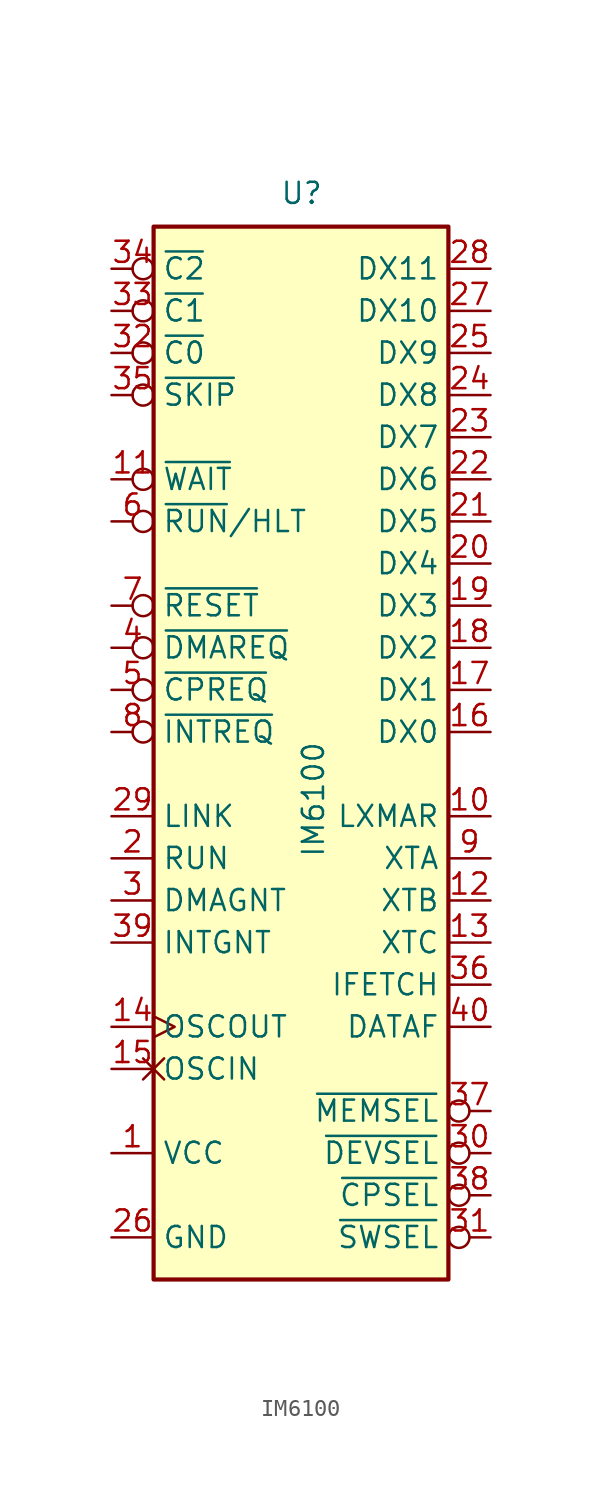
<source format=kicad_sym>
(kicad_symbol_lib
  (version 20220914)
  (generator kicad_symbol_editor)
  (symbol "IM6100"
    (property "Reference" "U"
      (at -1.27 31.75 0)
      (effects (font (size 1.27 1.27)) (justify left bottom)))
    (property "Value" "IM6100"
      (at 0 -7.62 90)
      (effects (font (size 1.27 1.27)) (justify left top)))
    (symbol "IM6100_0_1"
      (rectangle (start -8.89 30.48) (end 8.89 -33.02) (stroke (width 0.254) (type default)) (fill (type background))))
    (symbol "IM6100_1_1"
      (pin power_in line (at -11.43 -25.4 0) (length 2.54) (name "VCC" (effects (font (size 1.27 1.27)))) (number "1" (effects (font (size 1.27 1.27)))))
      (pin output line (at 11.43 -5.08 180) (length 2.54) (name "LXMAR" (effects (font (size 1.27 1.27)))) (number "10" (effects (font (size 1.27 1.27)))))
      (pin input inverted (at -11.43 15.24 0) (length 2.54) (name "~{WAIT}" (effects (font (size 1.27 1.27)))) (number "11" (effects (font (size 1.27 1.27)))))
      (pin output line (at 11.43 -10.16 180) (length 2.54) (name "XTB" (effects (font (size 1.27 1.27)))) (number "12" (effects (font (size 1.27 1.27)))))
      (pin output line (at 11.43 -12.7 180) (length 2.54) (name "XTC" (effects (font (size 1.27 1.27)))) (number "13" (effects (font (size 1.27 1.27)))))
      (pin input clock (at -11.43 -17.78 0) (length 2.54) (name "OSCOUT" (effects (font (size 1.27 1.27)))) (number "14" (effects (font (size 1.27 1.27)))))
      (pin passive non_logic (at -11.43 -20.32 0) (length 2.54) (name "OSCIN" (effects (font (size 1.27 1.27)))) (number "15" (effects (font (size 1.27 1.27)))))
      (pin bidirectional line (at 11.43 0 180) (length 2.54) (name "DX0" (effects (font (size 1.27 1.27)))) (number "16" (effects (font (size 1.27 1.27)))))
      (pin bidirectional line (at 11.43 2.54 180) (length 2.54) (name "DX1" (effects (font (size 1.27 1.27)))) (number "17" (effects (font (size 1.27 1.27)))))
      (pin bidirectional line (at 11.43 5.08 180) (length 2.54) (name "DX2" (effects (font (size 1.27 1.27)))) (number "18" (effects (font (size 1.27 1.27)))))
      (pin bidirectional line (at 11.43 7.62 180) (length 2.54) (name "DX3" (effects (font (size 1.27 1.27)))) (number "19" (effects (font (size 1.27 1.27)))))
      (pin output line (at -11.43 -7.62 0) (length 2.54) (name "RUN" (effects (font (size 1.27 1.27)))) (number "2" (effects (font (size 1.27 1.27)))))
      (pin bidirectional line (at 11.43 10.16 180) (length 2.54) (name "DX4" (effects (font (size 1.27 1.27)))) (number "20" (effects (font (size 1.27 1.27)))))
      (pin bidirectional line (at 11.43 12.7 180) (length 2.54) (name "DX5" (effects (font (size 1.27 1.27)))) (number "21" (effects (font (size 1.27 1.27)))))
      (pin bidirectional line (at 11.43 15.24 180) (length 2.54) (name "DX6" (effects (font (size 1.27 1.27)))) (number "22" (effects (font (size 1.27 1.27)))))
      (pin bidirectional line (at 11.43 17.78 180) (length 2.54) (name "DX7" (effects (font (size 1.27 1.27)))) (number "23" (effects (font (size 1.27 1.27)))))
      (pin bidirectional line (at 11.43 20.32 180) (length 2.54) (name "DX8" (effects (font (size 1.27 1.27)))) (number "24" (effects (font (size 1.27 1.27)))))
      (pin bidirectional line (at 11.43 22.86 180) (length 2.54) (name "DX9" (effects (font (size 1.27 1.27)))) (number "25" (effects (font (size 1.27 1.27)))))
      (pin power_in line (at -11.43 -30.48 0) (length 2.54) (name "GND" (effects (font (size 1.27 1.27)))) (number "26" (effects (font (size 1.27 1.27)))))
      (pin bidirectional line (at 11.43 25.4 180) (length 2.54) (name "DX10" (effects (font (size 1.27 1.27)))) (number "27" (effects (font (size 1.27 1.27)))))
      (pin bidirectional line (at 11.43 27.94 180) (length 2.54) (name "DX11" (effects (font (size 1.27 1.27)))) (number "28" (effects (font (size 1.27 1.27)))))
      (pin output line (at -11.43 -5.08 0) (length 2.54) (name "LINK" (effects (font (size 1.27 1.27)))) (number "29" (effects (font (size 1.27 1.27)))))
      (pin output line (at -11.43 -10.16 0) (length 2.54) (name "DMAGNT" (effects (font (size 1.27 1.27)))) (number "3" (effects (font (size 1.27 1.27)))))
      (pin output inverted (at 11.43 -25.4 180) (length 2.54) (name "~{DEVSEL}" (effects (font (size 1.27 1.27)))) (number "30" (effects (font (size 1.27 1.27)))))
      (pin output inverted (at 11.43 -30.48 180) (length 2.54) (name "~{SWSEL}" (effects (font (size 1.27 1.27)))) (number "31" (effects (font (size 1.27 1.27)))))
      (pin input inverted (at -11.43 22.86 0) (length 2.54) (name "~{C0}" (effects (font (size 1.27 1.27)))) (number "32" (effects (font (size 1.27 1.27)))))
      (pin input inverted (at -11.43 25.4 0) (length 2.54) (name "~{C1}" (effects (font (size 1.27 1.27)))) (number "33" (effects (font (size 1.27 1.27)))))
      (pin input inverted (at -11.43 27.94 0) (length 2.54) (name "~{C2}" (effects (font (size 1.27 1.27)))) (number "34" (effects (font (size 1.27 1.27)))))
      (pin input inverted (at -11.43 20.32 0) (length 2.54) (name "~{SKIP}" (effects (font (size 1.27 1.27)))) (number "35" (effects (font (size 1.27 1.27)))))
      (pin output line (at 11.43 -15.24 180) (length 2.54) (name "IFETCH" (effects (font (size 1.27 1.27)))) (number "36" (effects (font (size 1.27 1.27)))))
      (pin output inverted (at 11.43 -22.86 180) (length 2.54) (name "~{MEMSEL}" (effects (font (size 1.27 1.27)))) (number "37" (effects (font (size 1.27 1.27)))))
      (pin output inverted (at 11.43 -27.94 180) (length 2.54) (name "~{CPSEL}" (effects (font (size 1.27 1.27)))) (number "38" (effects (font (size 1.27 1.27)))))
      (pin output line (at -11.43 -12.7 0) (length 2.54) (name "INTGNT" (effects (font (size 1.27 1.27)))) (number "39" (effects (font (size 1.27 1.27)))))
      (pin input inverted (at -11.43 5.08 0) (length 2.54) (name "~{DMAREQ}" (effects (font (size 1.27 1.27)))) (number "4" (effects (font (size 1.27 1.27)))))
      (pin output line (at 11.43 -17.78 180) (length 2.54) (name "DATAF" (effects (font (size 1.27 1.27)))) (number "40" (effects (font (size 1.27 1.27)))))
      (pin input inverted (at -11.43 2.54 0) (length 2.54) (name "~{CPREQ}" (effects (font (size 1.27 1.27)))) (number "5" (effects (font (size 1.27 1.27)))))
      (pin input inverted (at -11.43 12.7 0) (length 2.54) (name "~{RUN}/HLT" (effects (font (size 1.27 1.27)))) (number "6" (effects (font (size 1.27 1.27)))))
      (pin input inverted (at -11.43 7.62 0) (length 2.54) (name "~{RESET}" (effects (font (size 1.27 1.27)))) (number "7" (effects (font (size 1.27 1.27)))))
      (pin input inverted (at -11.43 0 0) (length 2.54) (name "~{INTREQ}" (effects (font (size 1.27 1.27)))) (number "8" (effects (font (size 1.27 1.27)))))
      (pin output line (at 11.43 -7.62 180) (length 2.54) (name "XTA" (effects (font (size 1.27 1.27)))) (number "9" (effects (font (size 1.27 1.27))))))))
</source>
